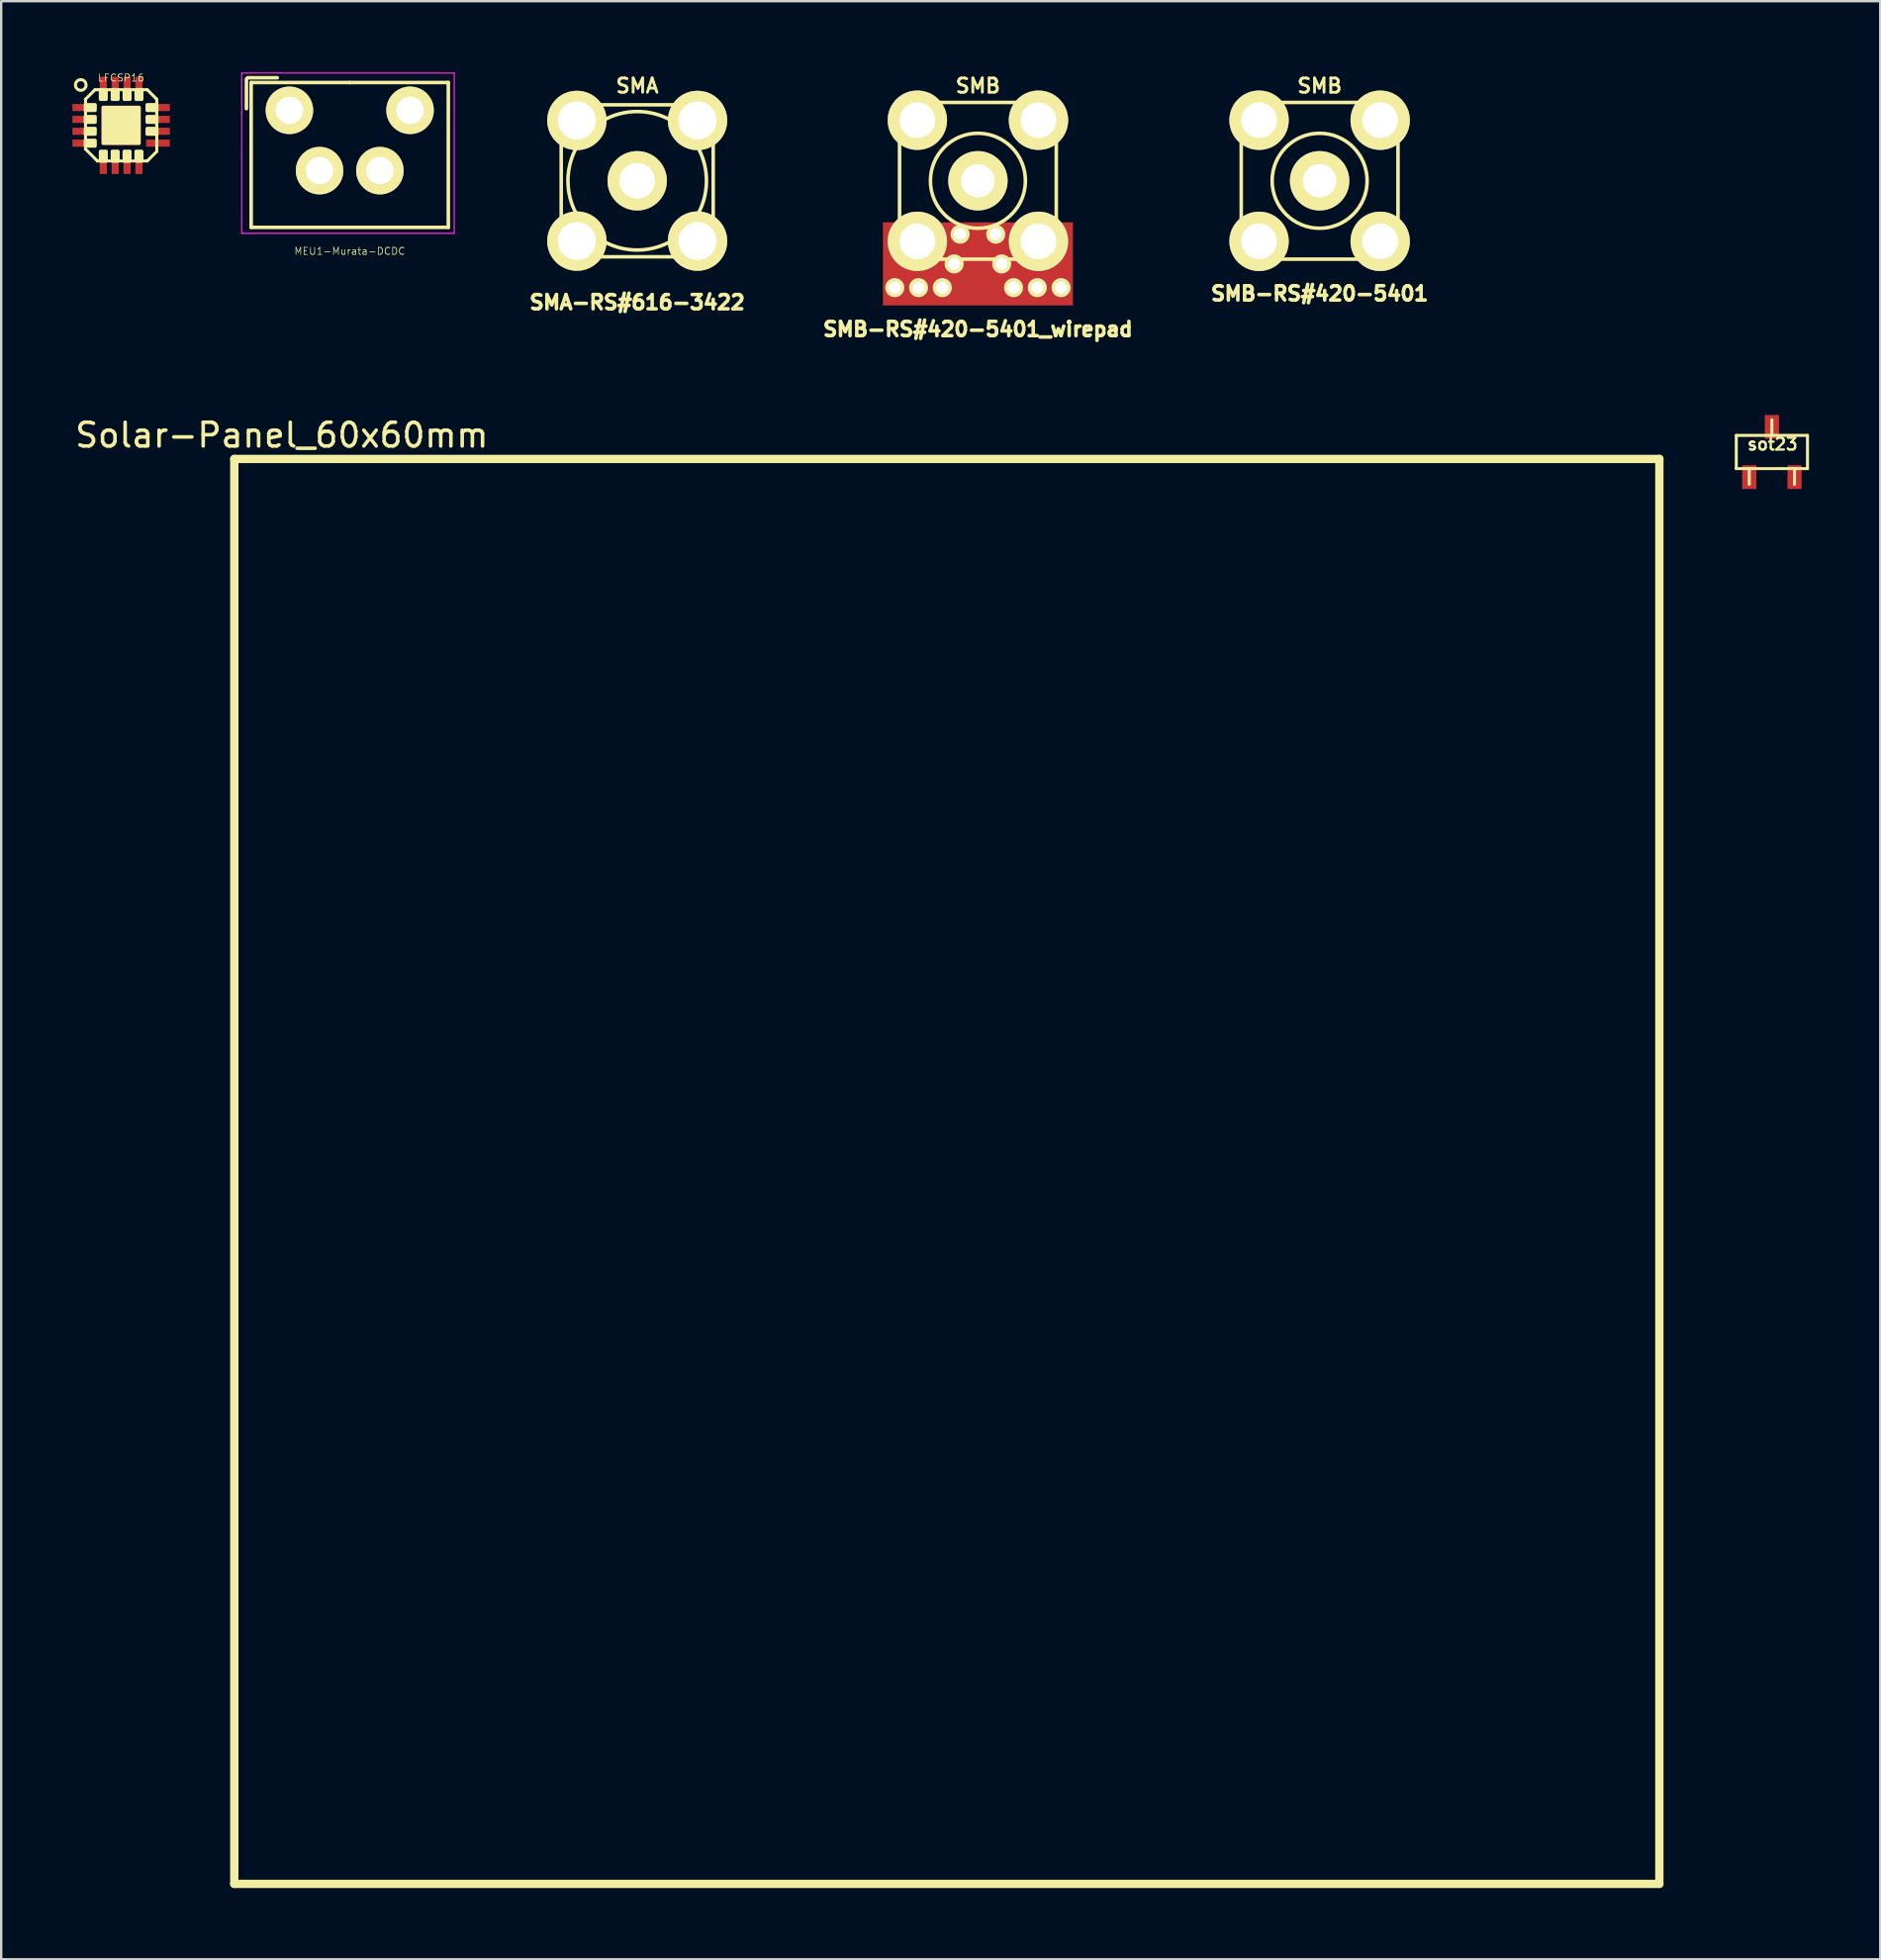
<source format=kicad_pcb>
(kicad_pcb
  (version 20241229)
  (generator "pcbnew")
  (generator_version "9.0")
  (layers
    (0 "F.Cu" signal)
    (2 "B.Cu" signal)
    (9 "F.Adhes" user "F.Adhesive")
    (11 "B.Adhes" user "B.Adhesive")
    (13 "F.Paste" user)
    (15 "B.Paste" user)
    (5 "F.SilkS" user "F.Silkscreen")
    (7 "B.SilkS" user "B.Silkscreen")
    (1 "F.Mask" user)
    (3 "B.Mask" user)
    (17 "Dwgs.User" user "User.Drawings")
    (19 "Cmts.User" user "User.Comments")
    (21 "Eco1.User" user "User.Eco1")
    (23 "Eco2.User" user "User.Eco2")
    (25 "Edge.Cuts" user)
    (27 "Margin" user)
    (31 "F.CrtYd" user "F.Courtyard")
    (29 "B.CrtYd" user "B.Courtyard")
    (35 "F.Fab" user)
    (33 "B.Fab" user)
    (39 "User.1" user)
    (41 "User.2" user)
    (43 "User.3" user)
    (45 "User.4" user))
  (footprint "SMA-RS#616-3422"
    (layer "F.Cu")
    (at 23.779 4.562)
    (property "Reference" "SMA-RS#616-3422" (at 0 5.12 0) (layer "F.SilkS") (effects (font (size 0.6 0.6) (thickness 0.15))))
    (attr through_hole)
    (fp_line (start -3.2 -3.2) (end -3.2 3.2) (stroke (width 0.15) (type solid)) (layer "F.SilkS"))
    (fp_line (start -3.2 3.2) (end 3.2 3.2) (stroke (width 0.15) (type solid)) (layer "F.SilkS"))
    (fp_line (start 3.2 -3.2) (end -3.2 -3.2) (stroke (width 0.15) (type solid)) (layer "F.SilkS"))
    (fp_line (start 3.2 3.2) (end 3.2 -3.2) (stroke (width 0.15) (type solid)) (layer "F.SilkS"))
    (fp_circle (center 0 0) (end 2.5 1.5) (stroke (width 0.15) (type solid)) (fill no) (layer "F.SilkS"))
    (fp_text user "SMA" (at 0 -4 0) (layer "F.SilkS") (effects (font (size 0.6 0.6) (thickness 0.12))))
    (pad "1" thru_hole circle (at -2.54 -2.54) (size 2.5 2.5) (drill 1.6) (layers "*.Cu" "*.Mask" "F.SilkS"))
    (pad "1" thru_hole circle (at -2.54 2.54) (size 2.5 2.5) (drill 1.6) (layers "*.Cu" "*.Mask" "F.SilkS"))
    (pad "1" thru_hole circle (at 2.54 -2.54) (size 2.5 2.5) (drill 1.6) (layers "*.Cu" "*.Mask" "F.SilkS"))
    (pad "1" thru_hole circle (at 2.54 2.54) (size 2.5 2.5) (drill 1.6) (layers "*.Cu" "*.Mask" "F.SilkS"))
    (pad "2" thru_hole circle (at 0 0) (size 2.5 2.5) (drill 1.5) (layers "*.Cu" "*.Mask" "F.SilkS")))
  (footprint "MEU1-Murata-DCDC"
    (layer "F.Cu")
    (at 9.135 1.595)
    (property "Reference" "MEU1-Murata-DCDC" (at 2.54 5.93 0) (layer "F.SilkS") (effects (font (size 0.3 0.3) (thickness 0.03))))
    (attr through_hole)
    (fp_line (start -1.81 -1.32) (end -1.81 -0.07) (stroke (width 0.15) (type solid)) (layer "F.SilkS"))
    (fp_line (start -1.61 -1.17) (end -1.61 4.93) (stroke (width 0.15) (type solid)) (layer "F.SilkS"))
    (fp_line (start -1.61 4.93) (end 6.69 4.93) (stroke (width 0.15) (type solid)) (layer "F.SilkS"))
    (fp_line (start -0.51 -1.37) (end -1.76 -1.37) (stroke (width 0.15) (type solid)) (layer "F.SilkS"))
    (fp_line (start 2.54 -1.17) (end -1.61 -1.17) (stroke (width 0.15) (type solid)) (layer "F.SilkS"))
    (fp_line (start 2.54 -1.17) (end 6.69 -1.17) (stroke (width 0.15) (type solid)) (layer "F.SilkS"))
    (fp_line (start 6.69 4.93) (end 6.69 -1.17) (stroke (width 0.15) (type solid)) (layer "F.SilkS"))
    (fp_line (start -2.01 -1.57) (end -2.01 -1.27) (stroke (width 0.05) (type solid)) (layer "F.CrtYd"))
    (fp_line (start -2.01 -1.57) (end 6.69 -1.57) (stroke (width 0.05) (type solid)) (layer "F.CrtYd"))
    (fp_line (start -2.01 -1.27) (end -2.01 0.13) (stroke (width 0.05) (type solid)) (layer "F.CrtYd"))
    (fp_line (start -2.01 0.13) (end -2.01 1.98) (stroke (width 0.05) (type solid)) (layer "F.CrtYd"))
    (fp_line (start -2.01 1.98) (end -2.01 5.18) (stroke (width 0.05) (type solid)) (layer "F.CrtYd"))
    (fp_line (start -2.01 5.18) (end -1.96 5.18) (stroke (width 0.05) (type solid)) (layer "F.CrtYd"))
    (fp_line (start -1.61 5.18) (end -1.96 5.18) (stroke (width 0.05) (type solid)) (layer "F.CrtYd"))
    (fp_line (start 6.69 -1.57) (end 6.94 -1.57) (stroke (width 0.05) (type solid)) (layer "F.CrtYd"))
    (fp_line (start 6.94 -1.57) (end 6.94 4.93) (stroke (width 0.05) (type solid)) (layer "F.CrtYd"))
    (fp_line (start 6.94 4.93) (end 6.94 5.18) (stroke (width 0.05) (type solid)) (layer "F.CrtYd"))
    (fp_line (start 6.94 5.18) (end -1.61 5.18) (stroke (width 0.05) (type solid)) (layer "F.CrtYd"))
    (pad "1" thru_hole circle (at 5.08 0) (size 2 2) (drill 1.15) (layers "*.Cu" "*.Mask" "F.SilkS"))
    (pad "2" thru_hole circle (at 3.81 2.54) (size 2 2) (drill 1.15) (layers "*.Cu" "*.Mask" "F.SilkS"))
    (pad "3" thru_hole circle (at 1.27 2.54) (size 2 2) (drill 1.15) (layers "*.Cu" "*.Mask" "F.SilkS"))
    (pad "4" thru_hole circle (at 0 0) (size 2 2) (drill 1.15) (layers "*.Cu" "*.Mask" "F.SilkS")))
  (footprint "sot23"
    (layer "F.Cu")
    (at 71.553 15.983)
    (property "Reference" "sot23" (at 0.025 -0.33 0) (layer "F.SilkS") (effects (font (size 0.5 0.5) (thickness 0.099))))
    (attr through_hole)
    (fp_line (start -1.499 -0.699) (end 1.499 -0.699) (stroke (width 0.127) (type solid)) (layer "F.SilkS"))
    (fp_line (start -1.499 0.699) (end -1.499 -0.699) (stroke (width 0.127) (type solid)) (layer "F.SilkS"))
    (fp_line (start -0.953 0.699) (end -0.953 1.359) (stroke (width 0.127) (type solid)) (layer "F.SilkS"))
    (fp_line (start 0 -0.699) (end 0 -1.359) (stroke (width 0.127) (type solid)) (layer "F.SilkS"))
    (fp_line (start 0.953 0.699) (end 0.953 1.359) (stroke (width 0.127) (type solid)) (layer "F.SilkS"))
    (fp_line (start 1.499 -0.699) (end 1.499 0.699) (stroke (width 0.127) (type solid)) (layer "F.SilkS"))
    (fp_line (start 1.499 0.699) (end -1.499 0.699) (stroke (width 0.127) (type solid)) (layer "F.SilkS"))
    (pad "1" smd rect (at -0.953 1.057) (size 0.599 1.001) (layers "F.Cu" "F.Mask" "F.Paste"))
    (pad "2" smd rect (at 0 -1.057) (size 0.599 1.001) (layers "F.Cu" "F.Mask" "F.Paste"))
    (pad "3" smd rect (at 0.953 1.057) (size 0.599 1.001) (layers "F.Cu" "F.Mask" "F.Paste")))
  (footprint "Solar-Panel_60x60mm"
    (layer "F.Cu")
    (at 36.815 46.274)
    (property "Reference" "Solar-Panel_60x60mm" (at -28 -31 0) (layer "F.SilkS") (effects (font (size 1 1) (thickness 0.15))))
    (attr through_hole)
    (fp_line (start -30 -30) (end -30 30) (stroke (width 0.35) (type solid)) (layer "F.SilkS"))
    (fp_line (start -30 30) (end 30 30) (stroke (width 0.35) (type solid)) (layer "F.SilkS"))
    (fp_line (start 30 -30) (end -30 -30) (stroke (width 0.35) (type solid)) (layer "F.SilkS"))
    (fp_line (start 30 30) (end 30 -30) (stroke (width 0.35) (type solid)) (layer "F.SilkS")))
  (footprint "SMB-RS#420-5401"
    (layer "F.Cu")
    (at 52.511 4.562)
    (property "Reference" "SMB-RS#420-5401" (at 0 4.75 0) (layer "F.SilkS") (effects (font (size 0.6 0.6) (thickness 0.15))))
    (attr through_hole)
    (fp_line (start -3.3 -3.3) (end -3.3 3.3) (stroke (width 0.15) (type solid)) (layer "F.SilkS"))
    (fp_line (start -3.3 3.3) (end 3.3 3.3) (stroke (width 0.15) (type solid)) (layer "F.SilkS"))
    (fp_line (start 3.3 -3.3) (end -3.3 -3.3) (stroke (width 0.15) (type solid)) (layer "F.SilkS"))
    (fp_line (start 3.3 3.3) (end 3.3 -3.3) (stroke (width 0.15) (type solid)) (layer "F.SilkS"))
    (fp_circle (center 0 0) (end 2 0) (stroke (width 0.15) (type solid)) (fill no) (layer "F.SilkS"))
    (fp_text user "SMB" (at 0 -4 0) (layer "F.SilkS") (effects (font (size 0.6 0.6) (thickness 0.12))))
    (pad "1" thru_hole circle (at -2.55 -2.55) (size 2.5 2.5) (drill 1.5) (layers "*.Cu" "*.Mask" "F.SilkS"))
    (pad "1" thru_hole circle (at -2.55 2.55) (size 2.5 2.5) (drill 1.5) (layers "*.Cu" "*.Mask" "F.SilkS"))
    (pad "1" thru_hole circle (at 2.55 -2.55) (size 2.5 2.5) (drill 1.5) (layers "*.Cu" "*.Mask" "F.SilkS"))
    (pad "1" thru_hole circle (at 2.55 2.55) (size 2.5 2.5) (drill 1.5) (layers "*.Cu" "*.Mask" "F.SilkS"))
    (pad "2" thru_hole circle (at 0 0) (size 2.5 2.5) (drill 1.4) (layers "*.Cu" "*.Mask" "F.SilkS")))
  (footprint "SMB-RS#420-5401_wirepad"
    (layer "F.Cu")
    (at 38.124 4.562)
    (property "Reference" "SMB-RS#420-5401_wirepad" (at 0 6.25 0) (layer "F.SilkS") (effects (font (size 0.6 0.6) (thickness 0.15))))
    (attr through_hole)
    (fp_line (start -3.3 -3.3) (end -3.3 3.3) (stroke (width 0.15) (type solid)) (layer "F.SilkS"))
    (fp_line (start -3.3 3.3) (end 3.3 3.3) (stroke (width 0.15) (type solid)) (layer "F.SilkS"))
    (fp_line (start 3.3 -3.3) (end -3.3 -3.3) (stroke (width 0.15) (type solid)) (layer "F.SilkS"))
    (fp_line (start 3.3 3.3) (end 3.3 -3.3) (stroke (width 0.15) (type solid)) (layer "F.SilkS"))
    (fp_circle (center 0 0) (end 2 0) (stroke (width 0.15) (type solid)) (fill no) (layer "F.SilkS"))
    (fp_text user "SMB" (at 0 -4 0) (layer "F.SilkS") (effects (font (size 0.6 0.6) (thickness 0.12))))
    (pad "1" thru_hole circle (at -3.5 4.5) (size 0.8 0.8) (drill 0.5) (layers "*.Cu" "*.Mask" "F.SilkS"))
    (pad "1" thru_hole circle (at -2.55 -2.55) (size 2.5 2.5) (drill 1.5) (layers "*.Cu" "*.Mask" "F.SilkS"))
    (pad "1" thru_hole circle (at -2.55 2.55) (size 2.5 2.5) (drill 1.5) (layers "*.Cu" "*.Mask" "F.SilkS"))
    (pad "1" thru_hole circle (at -2.5 4.5) (size 0.8 0.8) (drill 0.5) (layers "*.Cu" "*.Mask" "F.SilkS"))
    (pad "1" thru_hole circle (at -1.5 4.5) (size 0.8 0.8) (drill 0.5) (layers "*.Cu" "*.Mask" "F.SilkS"))
    (pad "1" thru_hole circle (at -1 3.5) (size 0.8 0.8) (drill 0.5) (layers "*.Cu" "*.Mask" "F.SilkS"))
    (pad "1" thru_hole circle (at -0.75 2.25) (size 0.8 0.8) (drill 0.5) (layers "*.Cu" "*.Mask" "F.SilkS"))
    (pad "1" smd rect (at 0 3.5) (size 8 3.5) (layers "F.Cu" "F.Mask" "F.Paste"))
    (pad "1" thru_hole circle (at 0.75 2.25) (size 0.8 0.8) (drill 0.5) (layers "*.Cu" "*.Mask" "F.SilkS"))
    (pad "1" thru_hole circle (at 1 3.5) (size 0.8 0.8) (drill 0.5) (layers "*.Cu" "*.Mask" "F.SilkS"))
    (pad "1" thru_hole circle (at 1.5 4.5) (size 0.8 0.8) (drill 0.5) (layers "*.Cu" "*.Mask" "F.SilkS"))
    (pad "1" thru_hole circle (at 2.5 4.5) (size 0.8 0.8) (drill 0.5) (layers "*.Cu" "*.Mask" "F.SilkS"))
    (pad "1" thru_hole circle (at 2.55 -2.55) (size 2.5 2.5) (drill 1.5) (layers "*.Cu" "*.Mask" "F.SilkS"))
    (pad "1" thru_hole circle (at 2.55 2.55) (size 2.5 2.5) (drill 1.5) (layers "*.Cu" "*.Mask" "F.SilkS"))
    (pad "1" thru_hole circle (at 3.5 4.5) (size 0.8 0.8) (drill 0.5) (layers "*.Cu" "*.Mask" "F.SilkS"))
    (pad "2" thru_hole circle (at 0 0) (size 2.5 2.5) (drill 1.4) (layers "*.Cu" "*.Mask" "F.SilkS")))
  (footprint "LFCSP16"
    (layer "F.Cu")
    (at 2.05 2.228)
    (property "Reference" "LFCSP16" (at 0 -2 0) (layer "F.SilkS") (effects (font (size 0.3 0.3) (thickness 0.03))))
    (attr through_hole)
    (fp_line (start -1.5 -1.1) (end -1.1 -1.5) (stroke (width 0.127) (type solid)) (layer "F.SilkS"))
    (fp_line (start -1.5 1) (end -1.5 -1.1) (stroke (width 0.127) (type solid)) (layer "F.SilkS"))
    (fp_line (start -1.1 -1.5) (end 1.1 -1.5) (stroke (width 0.127) (type solid)) (layer "F.SilkS"))
    (fp_line (start -1 1.5) (end -1.5 1) (stroke (width 0.127) (type solid)) (layer "F.SilkS"))
    (fp_line (start 1.1 -1.5) (end 1.5 -1.1) (stroke (width 0.127) (type solid)) (layer "F.SilkS"))
    (fp_line (start 1.1 1.5) (end -1 1.5) (stroke (width 0.127) (type solid)) (layer "F.SilkS"))
    (fp_line (start 1.5 -1.1) (end 1.5 1.1) (stroke (width 0.127) (type solid)) (layer "F.SilkS"))
    (fp_line (start 1.5 1.1) (end 1.1 1.5) (stroke (width 0.127) (type solid)) (layer "F.SilkS"))
    (fp_circle (center -1.7 -1.7) (end -1.476 -1.7) (stroke (width 0.127) (type solid)) (fill no) (layer "F.SilkS"))
    (fp_poly (pts (xy -1.5 -0.635) (xy -1.1 -0.635) (xy -1.1 -0.865) (xy -1.5 -0.865)) (stroke (width 0.15) (type solid)) (fill yes) (layer "F.SilkS"))
    (fp_poly (pts (xy -1.5 -0.135) (xy -1.1 -0.135) (xy -1.1 -0.365) (xy -1.5 -0.365)) (stroke (width 0.15) (type solid)) (fill yes) (layer "F.SilkS"))
    (fp_poly (pts (xy -1.5 0.365) (xy -1.1 0.365) (xy -1.1 0.135) (xy -1.5 0.135)) (stroke (width 0.15) (type solid)) (fill yes) (layer "F.SilkS"))
    (fp_poly (pts (xy -1.5 0.865) (xy -1.1 0.865) (xy -1.1 0.635) (xy -1.5 0.635)) (stroke (width 0.15) (type solid)) (fill yes) (layer "F.SilkS"))
    (fp_poly (pts (xy -0.865 -1.1) (xy -0.635 -1.1) (xy -0.635 -1.5) (xy -0.865 -1.5)) (stroke (width 0.15) (type solid)) (fill yes) (layer "F.SilkS"))
    (fp_poly (pts (xy -0.865 1.5) (xy -0.635 1.5) (xy -0.635 1.1) (xy -0.865 1.1)) (stroke (width 0.15) (type solid)) (fill yes) (layer "F.SilkS"))
    (fp_poly (pts (xy -0.75 0.75) (xy 0.75 0.75) (xy 0.75 -0.75) (xy -0.75 -0.75)) (stroke (width 0.15) (type solid)) (fill yes) (layer "F.SilkS"))
    (fp_poly (pts (xy -0.365 -1.1) (xy -0.135 -1.1) (xy -0.135 -1.5) (xy -0.365 -1.5)) (stroke (width 0.15) (type solid)) (fill yes) (layer "F.SilkS"))
    (fp_poly (pts (xy -0.365 1.5) (xy -0.135 1.5) (xy -0.135 1.1) (xy -0.365 1.1)) (stroke (width 0.15) (type solid)) (fill yes) (layer "F.SilkS"))
    (fp_poly (pts (xy 0.135 -1.1) (xy 0.365 -1.1) (xy 0.365 -1.5) (xy 0.135 -1.5)) (stroke (width 0.15) (type solid)) (fill yes) (layer "F.SilkS"))
    (fp_poly (pts (xy 0.135 1.5) (xy 0.365 1.5) (xy 0.365 1.1) (xy 0.135 1.1)) (stroke (width 0.15) (type solid)) (fill yes) (layer "F.SilkS"))
    (fp_poly (pts (xy 0.635 -1.1) (xy 0.865 -1.1) (xy 0.865 -1.5) (xy 0.635 -1.5)) (stroke (width 0.15) (type solid)) (fill yes) (layer "F.SilkS"))
    (fp_poly (pts (xy 0.635 1.5) (xy 0.865 1.5) (xy 0.865 1.1) (xy 0.635 1.1)) (stroke (width 0.15) (type solid)) (fill yes) (layer "F.SilkS"))
    (fp_poly (pts (xy 1.1 -0.635) (xy 1.5 -0.635) (xy 1.5 -0.865) (xy 1.1 -0.865)) (stroke (width 0.15) (type solid)) (fill yes) (layer "F.SilkS"))
    (fp_poly (pts (xy 1.1 -0.135) (xy 1.5 -0.135) (xy 1.5 -0.365) (xy 1.1 -0.365)) (stroke (width 0.15) (type solid)) (fill yes) (layer "F.SilkS"))
    (fp_poly (pts (xy 1.1 0.365) (xy 1.5 0.365) (xy 1.5 0.135) (xy 1.1 0.135)) (stroke (width 0.15) (type solid)) (fill yes) (layer "F.SilkS"))
    (pad "1" smd rect (at -1.5 -0.75 90) (size 0.3 1) (drill (offset 0 -0.05)) (layers "F.Cu" "F.Mask" "F.Paste"))
    (pad "2" smd rect (at -1.5 -0.25 90) (size 0.3 1) (drill (offset 0 -0.05)) (layers "F.Cu" "F.Mask" "F.Paste"))
    (pad "3" smd rect (at -1.5 0.25 90) (size 0.3 1) (drill (offset 0 -0.05)) (layers "F.Cu" "F.Mask" "F.Paste"))
    (pad "4" smd rect (at -1.5 0.75 90) (size 0.3 1) (drill (offset 0 -0.05)) (layers "F.Cu" "F.Mask" "F.Paste"))
    (pad "5" smd rect (at -0.75 1.5) (size 0.3 1) (drill (offset 0 0.05)) (layers "F.Cu" "F.Mask" "F.Paste"))
    (pad "5" smd rect (at 0 0) (size 1.65 1.65) (layers "F.Cu" "F.Mask" "F.Paste"))
    (pad "6" smd rect (at -0.25 1.5) (size 0.3 1) (drill (offset 0 0.05)) (layers "F.Cu" "F.Mask" "F.Paste"))
    (pad "7" smd rect (at 0.25 1.5) (size 0.3 1) (drill (offset 0 0.05)) (layers "F.Cu" "F.Mask" "F.Paste"))
    (pad "8" smd rect (at 0.75 1.5) (size 0.3 1) (drill (offset 0 0.05)) (layers "F.Cu" "F.Mask" "F.Paste"))
    (pad "9" smd rect (at 1.5 0.75 90) (size 0.3 1) (drill (offset 0 0.05)) (layers "F.Cu" "F.Mask" "F.Paste"))
    (pad "10" smd rect (at 1.5 0.25 90) (size 0.3 1) (drill (offset 0 0.05)) (layers "F.Cu" "F.Mask" "F.Paste"))
    (pad "11" smd rect (at 1.5 -0.25 90) (size 0.3 1) (drill (offset 0 0.05)) (layers "F.Cu" "F.Mask" "F.Paste"))
    (pad "12" smd rect (at 1.5 -0.75 90) (size 0.3 1) (drill (offset 0 0.05)) (layers "F.Cu" "F.Mask" "F.Paste"))
    (pad "13" smd rect (at 0.75 -1.5) (size 0.3 1) (drill (offset 0 -0.05)) (layers "F.Cu" "F.Mask" "F.Paste"))
    (pad "14" smd rect (at 0.25 -1.5) (size 0.3 1) (drill (offset 0 -0.05)) (layers "F.Cu" "F.Mask" "F.Paste"))
    (pad "15" smd rect (at -0.25 -1.5) (size 0.3 1) (drill (offset 0 -0.05)) (layers "F.Cu" "F.Mask" "F.Paste"))
    (pad "16" smd rect (at -0.75 -1.5) (size 0.3 1) (drill (offset 0 -0.05)) (layers "F.Cu" "F.Mask" "F.Paste")))
  (gr_rect
    (start -3 -3)
    (end 76.115 79.449)
    (stroke (width 0.1) (type default))
    (fill no)
    (layer "Edge.Cuts")))
</source>
